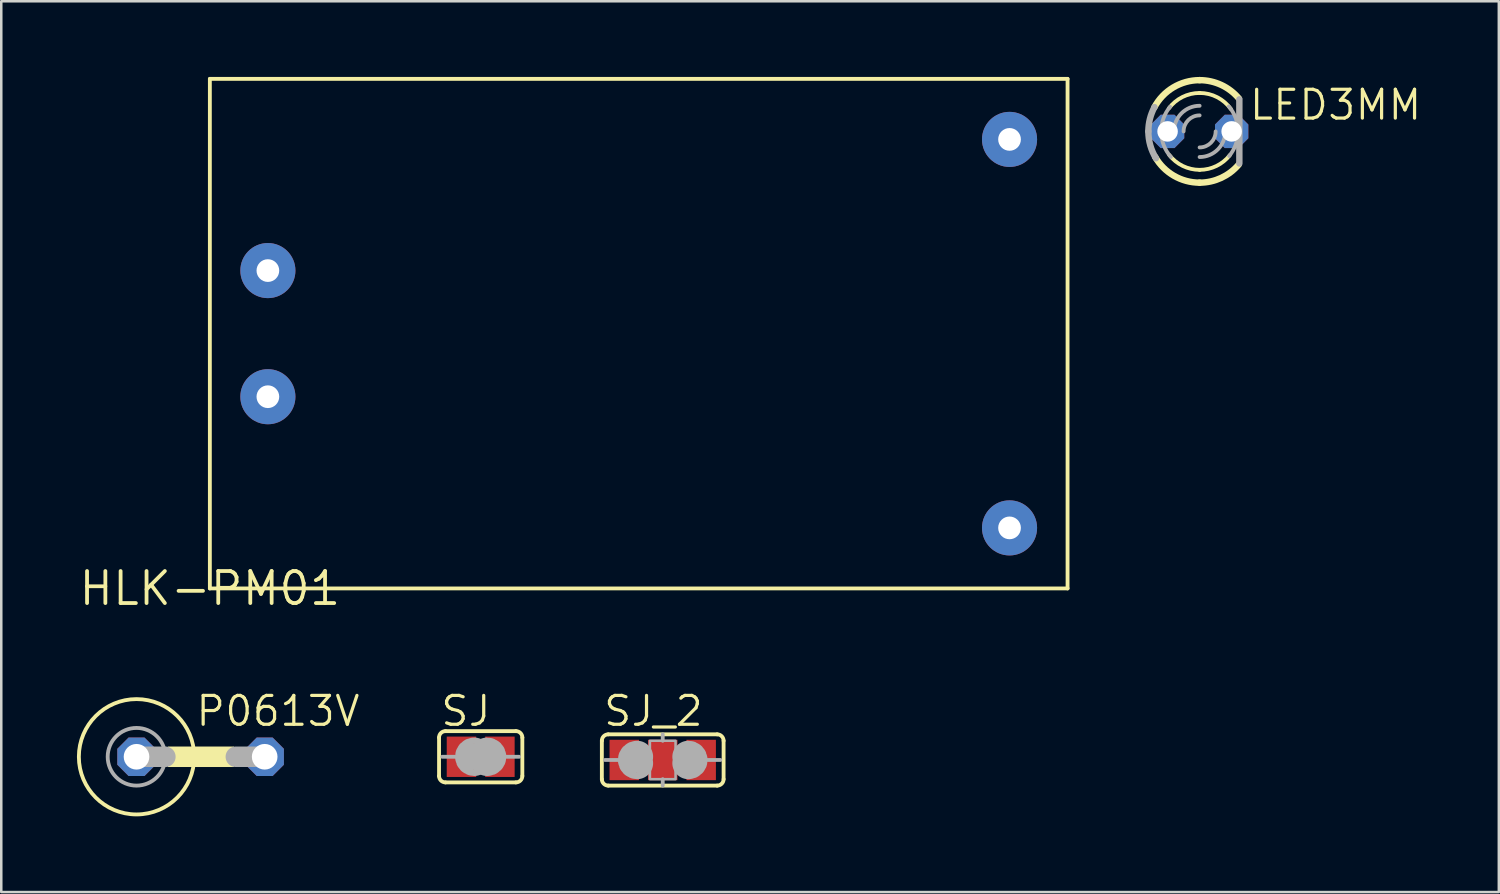
<source format=kicad_pcb>
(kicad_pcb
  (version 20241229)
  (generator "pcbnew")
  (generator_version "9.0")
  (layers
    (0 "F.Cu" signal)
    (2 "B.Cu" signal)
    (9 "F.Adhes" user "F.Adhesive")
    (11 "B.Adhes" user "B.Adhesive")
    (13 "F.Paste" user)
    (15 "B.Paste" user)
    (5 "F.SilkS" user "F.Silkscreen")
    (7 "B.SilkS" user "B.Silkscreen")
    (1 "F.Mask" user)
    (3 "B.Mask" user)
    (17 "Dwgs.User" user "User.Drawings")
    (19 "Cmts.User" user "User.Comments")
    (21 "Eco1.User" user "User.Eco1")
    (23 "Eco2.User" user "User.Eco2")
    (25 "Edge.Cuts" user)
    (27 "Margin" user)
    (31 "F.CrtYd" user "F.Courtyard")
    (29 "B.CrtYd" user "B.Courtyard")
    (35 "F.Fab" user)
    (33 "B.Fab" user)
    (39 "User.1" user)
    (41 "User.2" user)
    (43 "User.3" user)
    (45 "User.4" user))
  (footprint "LED3MM"
    (layer "F.Cu")
    (at 44.504 2.159)
    (property "Reference" "LED3MM" (at 1.905 -0.381 0) (layer "F.SilkS") (effects (font (size 1.143 1.143) (thickness 0.127)) (justify left bottom)))
    (fp_arc (start -1.7929 -0.9562) (mid -1.045438 -1.7424) (end 0 -2.032) (stroke (width 0.254) (type solid)) (layer "F.SilkS"))
    (fp_arc (start -1.2192 -0.9144) (mid -0.681554 -1.363107) (end 0 -1.524) (stroke (width 0.1524) (type solid)) (layer "F.SilkS"))
    (fp_arc (start 0 -2.032) (mid 0.861864 -1.840173) (end 1.561 -1.3009) (stroke (width 0.254) (type solid)) (layer "F.SilkS"))
    (fp_arc (start 0 -1.524) (mid 0.697339 -1.355082) (end 1.2401 -0.885801) (stroke (width 0.1524) (type solid)) (layer "F.SilkS"))
    (fp_arc (start 0 1.524) (mid -0.669593 1.369018) (end -1.203 0.9356) (stroke (width 0.1524) (type solid)) (layer "F.SilkS"))
    (fp_arc (start 0 2.032) (mid -1.019924 1.757525) (end -1.7643 1.0082) (stroke (width 0.254) (type solid)) (layer "F.SilkS"))
    (fp_arc (start 1.203 0.9356) (mid 0.669593 1.369018) (end 0 1.524) (stroke (width 0.1524) (type solid)) (layer "F.SilkS"))
    (fp_arc (start 1.5512 1.3126) (mid 0.854953 1.843405) (end 0 2.032) (stroke (width 0.254) (type solid)) (layer "F.SilkS"))
    (fp_line (start 1.575 1.27) (end 1.575 -1.27) (stroke (width 0.254) (type solid)) (layer "F.Fab"))
    (fp_arc (start -2.032 0) (mid -1.970339 -0.496775) (end -1.7891 -0.9634) (stroke (width 0.254) (type solid)) (layer "F.Fab"))
    (fp_arc (start -1.7306 1.065) (mid -1.95521 0.553417) (end -2.032 0) (stroke (width 0.254) (type solid)) (layer "F.Fab"))
    (fp_arc (start -1.524 0) (mid -1.432981 -0.518783) (end -1.1708 -0.9756) (stroke (width 0.1524) (type solid)) (layer "F.Fab"))
    (fp_arc (start -1.1391 1.0125) (mid -1.42454 0.5416) (end -1.524 0) (stroke (width 0.1524) (type solid)) (layer "F.Fab"))
    (fp_arc (start -1.016 0) (mid -0.71842 -0.71842) (end 0 -1.016) (stroke (width 0.1524) (type solid)) (layer "F.Fab"))
    (fp_arc (start -0.635 0) (mid -0.449013 -0.449013) (end 0 -0.635) (stroke (width 0.1524) (type solid)) (layer "F.Fab"))
    (fp_arc (start 0.635 0) (mid 0.449013 0.449013) (end 0 0.635) (stroke (width 0.1524) (type solid)) (layer "F.Fab"))
    (fp_arc (start 1.016 0) (mid 0.71842 0.71842) (end 0 1.016) (stroke (width 0.1524) (type solid)) (layer "F.Fab"))
    (fp_arc (start 1.1571 -0.9918) (mid 1.429332 -0.528744) (end 1.524 0) (stroke (width 0.1524) (type solid)) (layer "F.Fab"))
    (fp_arc (start 1.524 0) (mid 1.432981 0.518783) (end 1.1708 0.9756) (stroke (width 0.1524) (type solid)) (layer "F.Fab"))
    (pad "A" thru_hole roundrect (at -1.27 0) (size 1.321 1.321) (drill 0.813) (layers "*.Cu" "*.Mask") (roundrect_rratio 0.25) (chamfer_ratio 0.293) (chamfer top_left top_right bottom_left bottom_right))
    (pad "K" thru_hole roundrect (at 1.27 0) (size 1.321 1.321) (drill 0.813) (layers "*.Cu" "*.Mask") (roundrect_rratio 0.25) (chamfer_ratio 0.293) (chamfer top_left top_right bottom_left bottom_right)))
  (footprint "HLK-PM01"
    (layer "F.Cu")
    (at 5.269 20.276)
    (property "Reference" "HLK-PM01" (at 0 0 0) (layer "F.SilkS") (effects (font (size 1.27 1.27) (thickness 0.15))))
    (fp_line (start 0 -20.2) (end 34 -20.2) (stroke (width 0.152) (type solid)) (layer "F.SilkS"))
    (fp_line (start 0 0) (end 0 -20.2) (stroke (width 0.152) (type solid)) (layer "F.SilkS"))
    (fp_line (start 0 0) (end 34 0) (stroke (width 0.152) (type solid)) (layer "F.SilkS"))
    (fp_line (start 34 -20.2) (end 34 0) (stroke (width 0.152) (type solid)) (layer "F.SilkS"))
    (pad "+5V" thru_hole circle (at 31.7 -2.4) (size 2.184 2.184) (drill 0.9) (layers "*.Cu" "*.Mask"))
    (pad "AC1" thru_hole circle (at 2.3 -12.6) (size 2.184 2.184) (drill 0.9) (layers "*.Cu" "*.Mask"))
    (pad "AC2" thru_hole circle (at 2.3 -7.6) (size 2.184 2.184) (drill 0.9) (layers "*.Cu" "*.Mask"))
    (pad "GND" thru_hole circle (at 31.7 -17.8) (size 2.184 2.184) (drill 0.9) (layers "*.Cu" "*.Mask")))
  (footprint "P0613V"
    (layer "F.Cu")
    (at 4.902 26.949)
    (property "Reference" "P0613V" (at -0.254 -1.143 0) (layer "F.SilkS") (effects (font (size 1.143 1.143) (thickness 0.127)) (justify left bottom)))
    (fp_circle (center -2.54 0) (end -0.254 0) (stroke (width 0.152) (type solid)) (fill no) (layer "F.SilkS"))
    (fp_poly (pts (xy -1.295 0.406) (xy 1.321 0.406) (xy 1.321 -0.406) (xy -1.295 -0.406)) (stroke (width 0) (type default)) (fill yes) (layer "F.SilkS"))
    (fp_line (start -2.54 0) (end -1.397 0) (stroke (width 0.813) (type solid)) (layer "F.Fab"))
    (fp_line (start 2.54 0) (end 1.397 0) (stroke (width 0.813) (type solid)) (layer "F.Fab"))
    (fp_circle (center -2.54 0) (end -1.397 0) (stroke (width 0.152) (type solid)) (fill no) (layer "F.Fab"))
    (pad "1" thru_hole roundrect (at -2.54 0) (size 1.524 1.524) (drill 1.016) (layers "*.Cu" "*.Mask") (roundrect_rratio 0.25) (chamfer_ratio 0.293) (chamfer top_left top_right bottom_left bottom_right))
    (pad "2" thru_hole roundrect (at 2.54 0) (size 1.524 1.524) (drill 1.016) (layers "*.Cu" "*.Mask") (roundrect_rratio 0.25) (chamfer_ratio 0.293) (chamfer top_left top_right bottom_left bottom_right)))
  (footprint "SJ"
    (layer "F.Cu")
    (at 16.005 26.949)
    (property "Reference" "SJ" (at -1.651 -1.143 0) (layer "F.SilkS") (effects (font (size 1.143 1.143) (thickness 0.127)) (justify left bottom)))
    (fp_poly (pts (xy -0.076 0.914) (xy 0.076 0.914) (xy 0.076 -0.914) (xy -0.076 -0.914)) (stroke (width 0) (type default)) (fill yes) (layer "F.Mask"))
    (fp_line (start -1.651 0.762) (end -1.651 -0.762) (stroke (width 0.152) (type solid)) (layer "F.SilkS"))
    (fp_line (start -1.397 -1.016) (end 1.397 -1.016) (stroke (width 0.152) (type solid)) (layer "F.SilkS"))
    (fp_line (start 1.397 1.016) (end -1.397 1.016) (stroke (width 0.152) (type solid)) (layer "F.SilkS"))
    (fp_line (start 1.651 0.762) (end 1.651 -0.762) (stroke (width 0.152) (type solid)) (layer "F.SilkS"))
    (fp_arc (start -1.651 -0.762) (mid -1.576605 -0.941605) (end -1.397 -1.016) (stroke (width 0.1524) (type solid)) (layer "F.SilkS"))
    (fp_arc (start -1.397 1.016) (mid -1.576605 0.941605) (end -1.651 0.762) (stroke (width 0.1524) (type solid)) (layer "F.SilkS"))
    (fp_arc (start 1.397 -1.016) (mid 1.576605 -0.941605) (end 1.651 -0.762) (stroke (width 0.1524) (type solid)) (layer "F.SilkS"))
    (fp_arc (start 1.651 0.762) (mid 1.576605 0.941605) (end 1.397 1.016) (stroke (width 0.1524) (type solid)) (layer "F.SilkS"))
    (fp_line (start -1.016 0) (end -1.524 0) (stroke (width 0.152) (type solid)) (layer "F.Fab"))
    (fp_line (start 1.016 0) (end 1.524 0) (stroke (width 0.152) (type solid)) (layer "F.Fab"))
    (fp_arc (start -0.254 0.127) (mid -0.381 0) (end -0.254 -0.127) (stroke (width 1.27) (type solid)) (layer "F.Fab"))
    (fp_arc (start 0.254 -0.127) (mid 0.381 0) (end 0.254 0.127) (stroke (width 1.27) (type solid)) (layer "F.Fab"))
    (pad "1" smd rect (at -0.762 0) (size 1.168 1.6) (layers "F.Cu" "F.Mask" "F.Paste"))
    (pad "2" smd rect (at 0.762 0) (size 1.168 1.6) (layers "F.Cu" "F.Mask" "F.Paste")))
  (footprint "SJ_2"
    (layer "F.Cu")
    (at 23.221 27.076)
    (property "Reference" "SJ_2" (at -2.413 -1.27 0) (layer "F.SilkS") (effects (font (size 1.143 1.143) (thickness 0.127)) (justify left bottom)))
    (fp_line (start -2.413 0.762) (end -2.413 -0.762) (stroke (width 0.152) (type solid)) (layer "F.SilkS"))
    (fp_line (start -2.159 -1.016) (end 2.159 -1.016) (stroke (width 0.152) (type solid)) (layer "F.SilkS"))
    (fp_line (start 2.159 1.016) (end -2.159 1.016) (stroke (width 0.152) (type solid)) (layer "F.SilkS"))
    (fp_line (start 2.413 0.762) (end 2.413 -0.762) (stroke (width 0.152) (type solid)) (layer "F.SilkS"))
    (fp_arc (start -2.413 -0.762) (mid -2.338605 -0.941605) (end -2.159 -1.016) (stroke (width 0.1524) (type solid)) (layer "F.SilkS"))
    (fp_arc (start -2.159 1.016) (mid -2.338605 0.941605) (end -2.413 0.762) (stroke (width 0.1524) (type solid)) (layer "F.SilkS"))
    (fp_arc (start 2.159 -1.016) (mid 2.338605 -0.941605) (end 2.413 -0.762) (stroke (width 0.1524) (type solid)) (layer "F.SilkS"))
    (fp_arc (start 2.413 0.762) (mid 2.338605 0.941605) (end 2.159 1.016) (stroke (width 0.1524) (type solid)) (layer "F.SilkS"))
    (fp_line (start -1.778 0) (end -2.286 0) (stroke (width 0.152) (type solid)) (layer "F.Fab"))
    (fp_line (start 0 -0.762) (end 0 -1.016) (stroke (width 0.152) (type solid)) (layer "F.Fab"))
    (fp_line (start 0 1.016) (end 0 0.762) (stroke (width 0.152) (type solid)) (layer "F.Fab"))
    (fp_line (start 1.778 0) (end 2.286 0) (stroke (width 0.152) (type solid)) (layer "F.Fab"))
    (fp_arc (start -1.016 0.127) (mid -1.143 0) (end -1.016 -0.127) (stroke (width 1.27) (type solid)) (layer "F.Fab"))
    (fp_arc (start 1.016 -0.127) (mid 1.143 0) (end 1.016 0.127) (stroke (width 1.27) (type solid)) (layer "F.Fab"))
    (fp_poly (pts (xy -0.508 0.762) (xy 0.508 0.762) (xy 0.508 -0.762) (xy -0.508 -0.762)) (stroke (width 0.1) (type default)) (fill no) (layer "F.Fab"))
    (pad "1" smd rect (at -1.524 0) (size 1.168 1.6) (layers "F.Cu" "F.Mask" "F.Paste"))
    (pad "2" smd rect (at 0 0) (size 1.168 1.6) (layers "F.Cu" "F.Mask" "F.Paste"))
    (pad "3" smd rect (at 1.524 0) (size 1.168 1.6) (layers "F.Cu" "F.Mask" "F.Paste")))
  (gr_rect
    (start -3 -3)
    (end 56.365 32.312)
    (stroke (width 0.1) (type default))
    (fill no)
    (layer "Edge.Cuts")))
</source>
